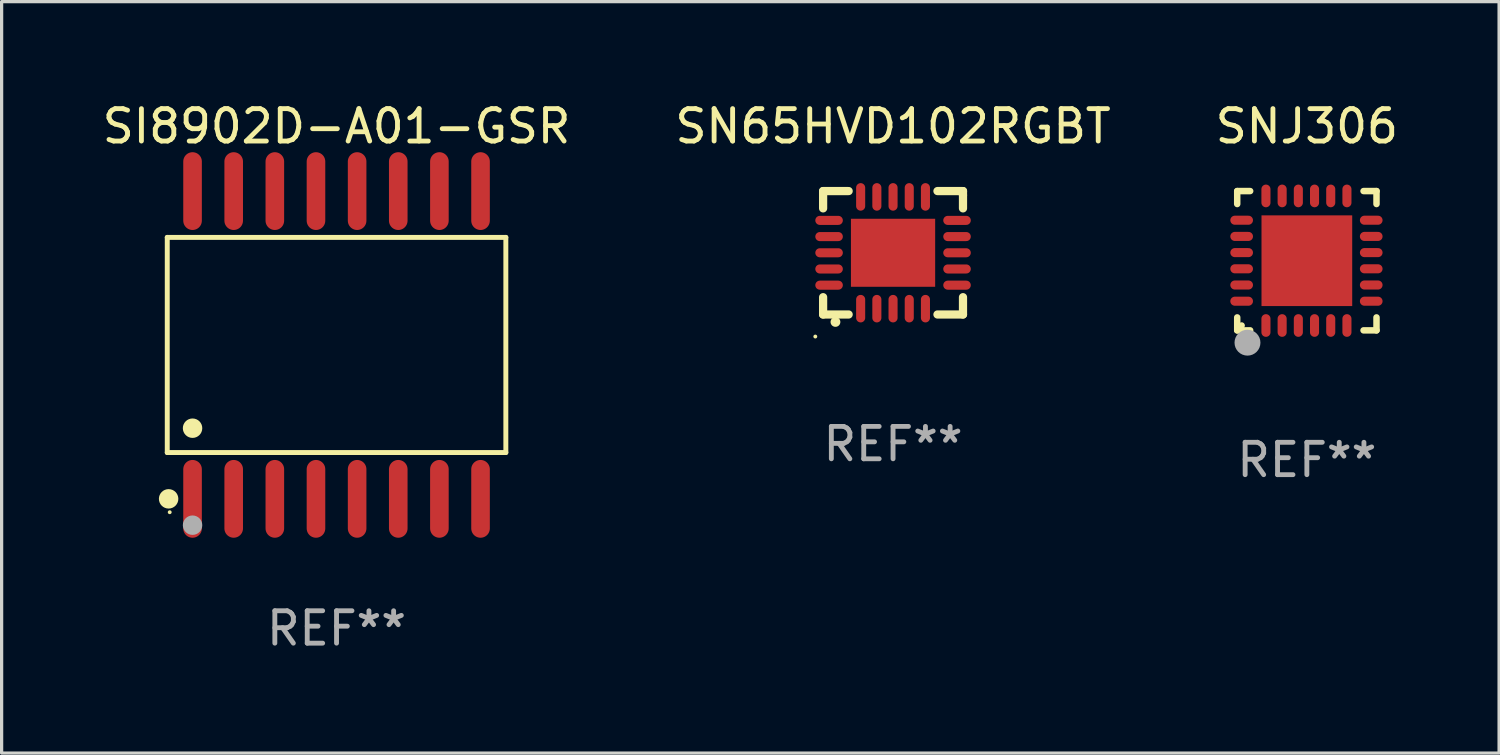
<source format=kicad_pcb>
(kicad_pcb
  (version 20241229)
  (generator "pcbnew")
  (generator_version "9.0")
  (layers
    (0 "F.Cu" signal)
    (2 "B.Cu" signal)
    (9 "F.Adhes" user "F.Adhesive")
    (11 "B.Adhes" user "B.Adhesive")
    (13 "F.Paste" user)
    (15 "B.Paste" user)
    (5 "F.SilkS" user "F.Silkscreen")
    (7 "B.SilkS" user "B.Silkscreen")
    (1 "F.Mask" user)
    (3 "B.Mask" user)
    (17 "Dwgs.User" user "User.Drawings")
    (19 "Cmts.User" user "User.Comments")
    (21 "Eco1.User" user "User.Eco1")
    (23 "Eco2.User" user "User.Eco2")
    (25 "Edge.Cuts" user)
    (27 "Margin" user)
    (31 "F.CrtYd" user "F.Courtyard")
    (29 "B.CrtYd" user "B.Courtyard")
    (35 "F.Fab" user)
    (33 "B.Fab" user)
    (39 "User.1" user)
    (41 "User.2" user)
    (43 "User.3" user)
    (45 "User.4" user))
  (footprint "SN65HVD102RGBT"
    (layer "F.Cu")
    (at 24.518 4.753)
    (property "Reference" "SN65HVD102RGBT" (at 0 -3.905 0) (layer "F.SilkS") (effects (font (size 1 1) (thickness 0.15))))
    (attr through_hole)
    (fp_line (start -2.159 -1.905) (end -2.159 -1.371) (stroke (width 0.254) (type solid)) (layer "F.SilkS"))
    (fp_line (start -2.159 1.371) (end -2.159 1.905) (stroke (width 0.254) (type solid)) (layer "F.SilkS"))
    (fp_line (start -2.159 1.905) (end -1.371 1.905) (stroke (width 0.254) (type solid)) (layer "F.SilkS"))
    (fp_line (start -1.371 -1.905) (end -2.159 -1.905) (stroke (width 0.254) (type solid)) (layer "F.SilkS"))
    (fp_line (start 1.371 1.905) (end 2.159 1.905) (stroke (width 0.254) (type solid)) (layer "F.SilkS"))
    (fp_line (start 2.159 -1.905) (end 1.371 -1.905) (stroke (width 0.254) (type solid)) (layer "F.SilkS"))
    (fp_line (start 2.159 -1.778) (end 2.159 -1.905) (stroke (width 0.254) (type solid)) (layer "F.SilkS"))
    (fp_line (start 2.159 -1.371) (end 2.159 -1.778) (stroke (width 0.254) (type solid)) (layer "F.SilkS"))
    (fp_line (start 2.159 1.905) (end 2.159 1.371) (stroke (width 0.254) (type solid)) (layer "F.SilkS"))
    (fp_arc (start -1.779197 2.135992) (mid -1.777927 2.135987) (end -1.776657 2.135992) (stroke (width 0.3) (type solid)) (layer "F.SilkS"))
    (fp_circle (center -2.4 2.586) (end -2.37 2.586) (stroke (width 0.06) (type solid)) (fill no) (layer "F.SilkS"))
    (fp_text user "REF**" (at 0 5.905 0) (layer "F.Fab") (effects (font (size 1 1) (thickness 0.15))))
    (pad "1" smd oval (at -1 1.725 180) (size 0.28 0.85) (layers "F.Cu" "F.Mask" "F.Paste"))
    (pad "2" smd oval (at -0.5 1.725 180) (size 0.28 0.85) (layers "F.Cu" "F.Mask" "F.Paste"))
    (pad "3" smd oval (at 0 1.725 180) (size 0.28 0.85) (layers "F.Cu" "F.Mask" "F.Paste"))
    (pad "4" smd oval (at 0.5 1.725 180) (size 0.28 0.85) (layers "F.Cu" "F.Mask" "F.Paste"))
    (pad "5" smd oval (at 1 1.725 180) (size 0.28 0.85) (layers "F.Cu" "F.Mask" "F.Paste"))
    (pad "6" smd oval (at 1.975 1 90) (size 0.28 0.85) (layers "F.Cu" "F.Mask" "F.Paste"))
    (pad "7" smd oval (at 1.975 0.5 90) (size 0.28 0.85) (layers "F.Cu" "F.Mask" "F.Paste"))
    (pad "8" smd oval (at 1.975 0 90) (size 0.28 0.85) (layers "F.Cu" "F.Mask" "F.Paste"))
    (pad "9" smd oval (at 1.975 -0.5 90) (size 0.28 0.85) (layers "F.Cu" "F.Mask" "F.Paste"))
    (pad "10" smd oval (at 1.975 -1 90) (size 0.28 0.85) (layers "F.Cu" "F.Mask" "F.Paste"))
    (pad "11" smd oval (at 1 -1.725 180) (size 0.28 0.85) (layers "F.Cu" "F.Mask" "F.Paste"))
    (pad "12" smd oval (at 0.5 -1.725 180) (size 0.28 0.85) (layers "F.Cu" "F.Mask" "F.Paste"))
    (pad "13" smd oval (at 0 -1.725 180) (size 0.28 0.85) (layers "F.Cu" "F.Mask" "F.Paste"))
    (pad "14" smd oval (at -0.5 -1.725 180) (size 0.28 0.85) (layers "F.Cu" "F.Mask" "F.Paste"))
    (pad "15" smd oval (at -1 -1.725 180) (size 0.28 0.85) (layers "F.Cu" "F.Mask" "F.Paste"))
    (pad "16" smd oval (at -1.975 -1 90) (size 0.28 0.85) (layers "F.Cu" "F.Mask" "F.Paste"))
    (pad "17" smd oval (at -1.975 -0.5 90) (size 0.28 0.85) (layers "F.Cu" "F.Mask" "F.Paste"))
    (pad "18" smd oval (at -1.975 0 90) (size 0.28 0.85) (layers "F.Cu" "F.Mask" "F.Paste"))
    (pad "19" smd oval (at -1.975 0.5 90) (size 0.28 0.85) (layers "F.Cu" "F.Mask" "F.Paste"))
    (pad "20" smd oval (at -1.975 1 90) (size 0.28 0.85) (layers "F.Cu" "F.Mask" "F.Paste"))
    (pad "21" smd rect (at 0 0 90) (size 2.1 2.6) (layers "F.Cu" "F.Mask" "F.Paste")))
  (footprint "SNJ306"
    (layer "F.Cu")
    (at 37.292 4.998)
    (property "Reference" "SNJ306" (at 0 -4.15 0) (layer "F.SilkS") (effects (font (size 1 1) (thickness 0.15))))
    (attr through_hole)
    (fp_line (start -2.15 -2.15) (end -1.75 -2.15) (stroke (width 0.2) (type solid)) (layer "F.SilkS"))
    (fp_line (start -2.15 -1.75) (end -2.15 -2.15) (stroke (width 0.2) (type solid)) (layer "F.SilkS"))
    (fp_line (start -2.15 2.15) (end -2.15 1.75) (stroke (width 0.2) (type solid)) (layer "F.SilkS"))
    (fp_line (start -1.75 2.15) (end -2.15 2.15) (stroke (width 0.2) (type solid)) (layer "F.SilkS"))
    (fp_line (start 2.15 -2.15) (end 1.75 -2.15) (stroke (width 0.2) (type solid)) (layer "F.SilkS"))
    (fp_line (start 2.15 -1.75) (end 2.15 -2.15) (stroke (width 0.2) (type solid)) (layer "F.SilkS"))
    (fp_line (start 2.15 1.75) (end 2.15 2.15) (stroke (width 0.2) (type solid)) (layer "F.SilkS"))
    (fp_line (start 2.15 2.15) (end 1.75 2.15) (stroke (width 0.2) (type solid)) (layer "F.SilkS"))
    (fp_circle (center -2.013 2) (end -1.963 2) (stroke (width 0.1) (type solid)) (fill no) (layer "F.SilkS"))
    (fp_circle (center -1.833 2.53) (end -1.633 2.53) (stroke (width 0.4) (type solid)) (fill no) (layer "F.Fab"))
    (fp_text user "REF**" (at 0 6.15 0) (layer "F.Fab") (effects (font (size 1 1) (thickness 0.15))))
    (pad "1" smd oval (at -1.263 2 180) (size 0.28 0.7) (layers "F.Cu" "F.Mask" "F.Paste"))
    (pad "2" smd oval (at -0.763 2 180) (size 0.28 0.7) (layers "F.Cu" "F.Mask" "F.Paste"))
    (pad "3" smd oval (at -0.263 2 180) (size 0.28 0.7) (layers "F.Cu" "F.Mask" "F.Paste"))
    (pad "4" smd oval (at 0.237 2 180) (size 0.28 0.7) (layers "F.Cu" "F.Mask" "F.Paste"))
    (pad "5" smd oval (at 0.737 2 180) (size 0.28 0.7) (layers "F.Cu" "F.Mask" "F.Paste"))
    (pad "6" smd oval (at 1.237 2 180) (size 0.28 0.7) (layers "F.Cu" "F.Mask" "F.Paste"))
    (pad "7" smd oval (at 1.987 1.25 90) (size 0.28 0.7) (layers "F.Cu" "F.Mask" "F.Paste"))
    (pad "8" smd oval (at 1.987 0.75 90) (size 0.28 0.7) (layers "F.Cu" "F.Mask" "F.Paste"))
    (pad "9" smd oval (at 1.987 0.25 90) (size 0.28 0.7) (layers "F.Cu" "F.Mask" "F.Paste"))
    (pad "10" smd oval (at 1.987 -0.25 90) (size 0.28 0.7) (layers "F.Cu" "F.Mask" "F.Paste"))
    (pad "11" smd oval (at 1.987 -0.75 90) (size 0.28 0.7) (layers "F.Cu" "F.Mask" "F.Paste"))
    (pad "12" smd oval (at 1.987 -1.25 90) (size 0.28 0.7) (layers "F.Cu" "F.Mask" "F.Paste"))
    (pad "13" smd oval (at 1.237 -2 180) (size 0.28 0.7) (layers "F.Cu" "F.Mask" "F.Paste"))
    (pad "14" smd oval (at 0.737 -2 180) (size 0.28 0.7) (layers "F.Cu" "F.Mask" "F.Paste"))
    (pad "15" smd oval (at 0.237 -2 180) (size 0.28 0.7) (layers "F.Cu" "F.Mask" "F.Paste"))
    (pad "16" smd oval (at -0.263 -2 180) (size 0.28 0.7) (layers "F.Cu" "F.Mask" "F.Paste"))
    (pad "17" smd oval (at -0.763 -2 180) (size 0.28 0.7) (layers "F.Cu" "F.Mask" "F.Paste"))
    (pad "18" smd oval (at -1.263 -2 180) (size 0.28 0.7) (layers "F.Cu" "F.Mask" "F.Paste"))
    (pad "19" smd oval (at -2.013 -1.25 90) (size 0.28 0.7) (layers "F.Cu" "F.Mask" "F.Paste"))
    (pad "20" smd oval (at -2.013 -0.75 90) (size 0.28 0.7) (layers "F.Cu" "F.Mask" "F.Paste"))
    (pad "21" smd oval (at -2.013 -0.25 90) (size 0.28 0.7) (layers "F.Cu" "F.Mask" "F.Paste"))
    (pad "22" smd oval (at -2.013 0.25 90) (size 0.28 0.7) (layers "F.Cu" "F.Mask" "F.Paste"))
    (pad "23" smd oval (at -2.013 0.75 90) (size 0.28 0.7) (layers "F.Cu" "F.Mask" "F.Paste"))
    (pad "24" smd oval (at -2.013 1.25 90) (size 0.28 0.7) (layers "F.Cu" "F.Mask" "F.Paste"))
    (pad "25" smd rect (at -0.000013 0 90) (size 2.8 2.8) (layers "F.Cu" "F.Mask" "F.Paste")))
  (footprint "SI8902D-A01-GSR"
    (layer "F.Cu")
    (at 7.339 7.599)
    (property "Reference" "SI8902D-A01-GSR" (at 0 -6.75 0) (layer "F.SilkS") (effects (font (size 1 1) (thickness 0.15))))
    (attr through_hole)
    (fp_line (start -5.226 -3.321) (end 5.226 -3.321) (stroke (width 0.152) (type solid)) (layer "F.SilkS"))
    (fp_line (start -5.226 3.321) (end -5.226 -3.321) (stroke (width 0.152) (type solid)) (layer "F.SilkS"))
    (fp_line (start 5.226 -3.321) (end 5.226 3.321) (stroke (width 0.152) (type solid)) (layer "F.SilkS"))
    (fp_line (start 5.226 3.321) (end -5.226 3.321) (stroke (width 0.152) (type solid)) (layer "F.SilkS"))
    (fp_circle (center -5.184 4.75) (end -5.034 4.75) (stroke (width 0.3) (type solid)) (fill no) (layer "F.SilkS"))
    (fp_circle (center -5.15 5.163) (end -5.12 5.163) (stroke (width 0.06) (type solid)) (fill no) (layer "F.SilkS"))
    (fp_circle (center -4.445 2.569) (end -4.295 2.569) (stroke (width 0.3) (type solid)) (fill no) (layer "F.SilkS"))
    (fp_circle (center -4.445 5.563) (end -4.295 5.563) (stroke (width 0.3) (type solid)) (fill no) (layer "F.Fab"))
    (fp_text user "REF**" (at 0 8.75 0) (layer "F.Fab") (effects (font (size 1 1) (thickness 0.15))))
    (pad "1" smd oval (at -4.445 4.75) (size 0.574 2.401) (layers "F.Cu" "F.Mask" "F.Paste"))
    (pad "2" smd oval (at -3.175 4.75) (size 0.574 2.401) (layers "F.Cu" "F.Mask" "F.Paste"))
    (pad "3" smd oval (at -1.905 4.75) (size 0.574 2.401) (layers "F.Cu" "F.Mask" "F.Paste"))
    (pad "4" smd oval (at -0.635 4.75) (size 0.574 2.401) (layers "F.Cu" "F.Mask" "F.Paste"))
    (pad "5" smd oval (at 0.635 4.75) (size 0.574 2.401) (layers "F.Cu" "F.Mask" "F.Paste"))
    (pad "6" smd oval (at 1.905 4.75) (size 0.574 2.401) (layers "F.Cu" "F.Mask" "F.Paste"))
    (pad "7" smd oval (at 3.175 4.75) (size 0.574 2.401) (layers "F.Cu" "F.Mask" "F.Paste"))
    (pad "8" smd oval (at 4.445 4.75) (size 0.574 2.401) (layers "F.Cu" "F.Mask" "F.Paste"))
    (pad "9" smd oval (at 4.445 -4.75) (size 0.574 2.401) (layers "F.Cu" "F.Mask" "F.Paste"))
    (pad "10" smd oval (at 3.175 -4.75) (size 0.574 2.401) (layers "F.Cu" "F.Mask" "F.Paste"))
    (pad "11" smd oval (at 1.905 -4.75) (size 0.574 2.401) (layers "F.Cu" "F.Mask" "F.Paste"))
    (pad "12" smd oval (at 0.635 -4.75) (size 0.574 2.401) (layers "F.Cu" "F.Mask" "F.Paste"))
    (pad "13" smd oval (at -0.635 -4.75) (size 0.574 2.401) (layers "F.Cu" "F.Mask" "F.Paste"))
    (pad "14" smd oval (at -1.905 -4.75) (size 0.574 2.401) (layers "F.Cu" "F.Mask" "F.Paste"))
    (pad "15" smd oval (at -3.175 -4.75) (size 0.574 2.401) (layers "F.Cu" "F.Mask" "F.Paste"))
    (pad "16" smd oval (at -4.445 -4.75) (size 0.574 2.401) (layers "F.Cu" "F.Mask" "F.Paste")))
  (gr_rect
    (start -3 -3)
    (end 43.226 20.197)
    (stroke (width 0.1) (type default))
    (fill no)
    (layer "Edge.Cuts")))
</source>
